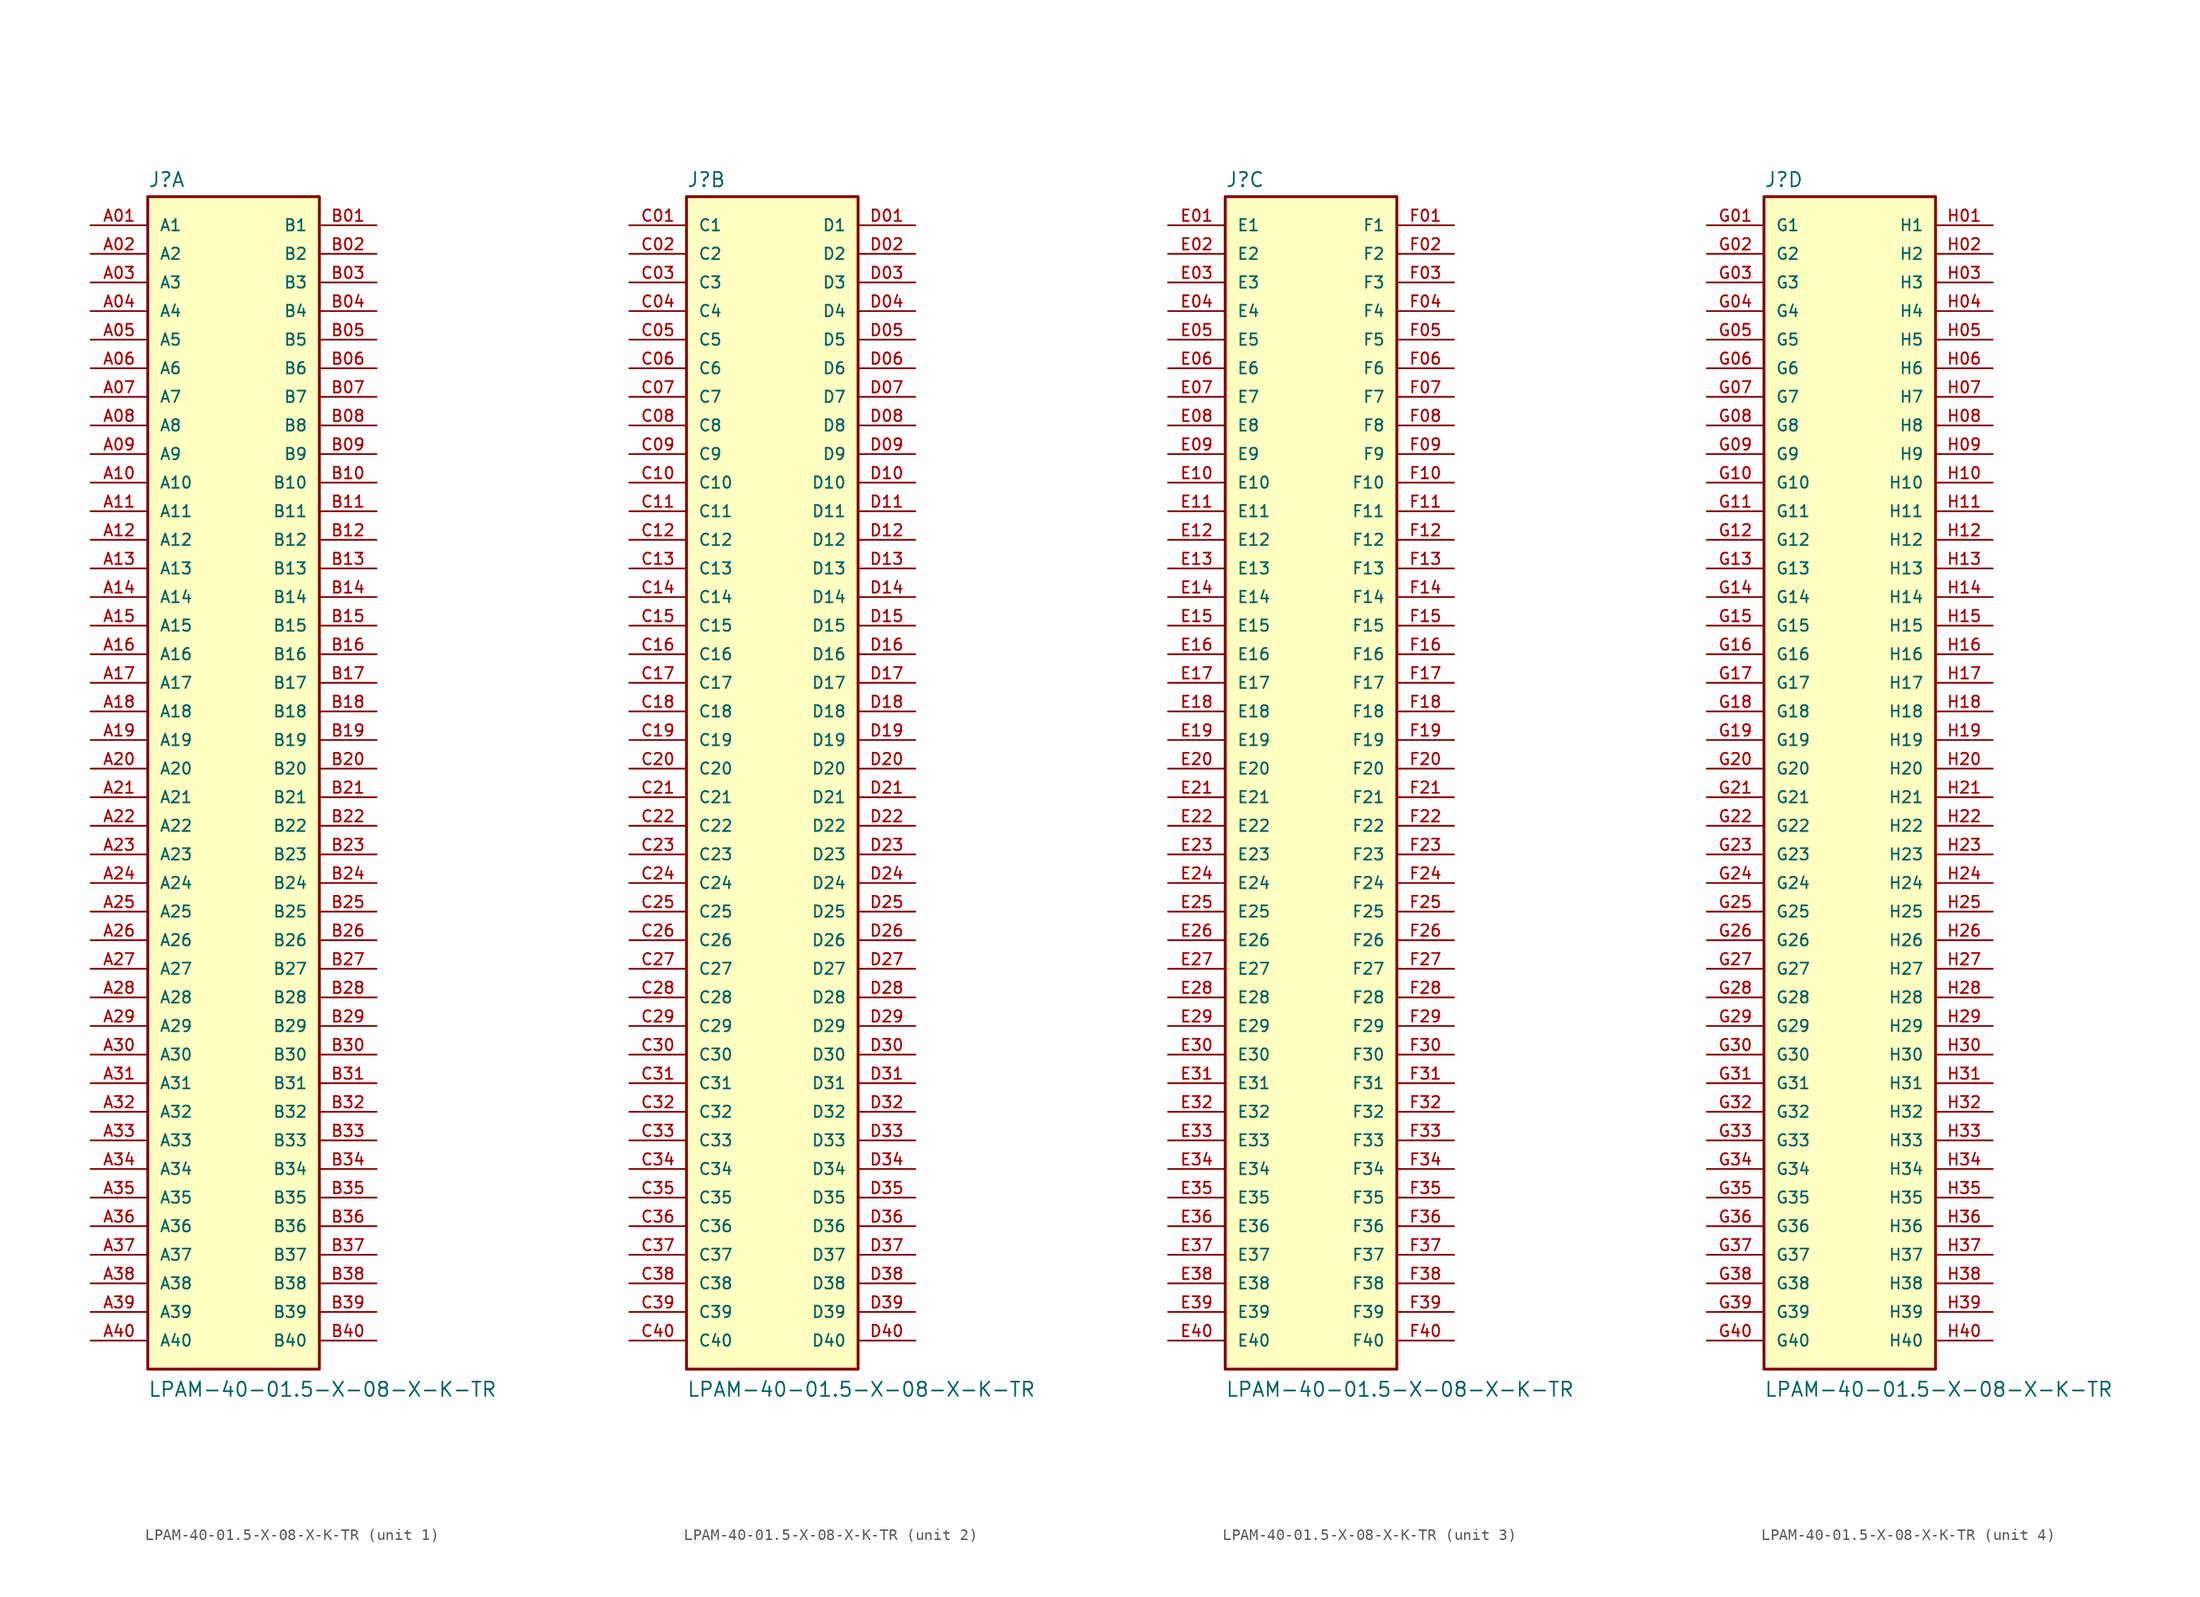
<source format=kicad_sym>
(kicad_symbol_lib
  (version 20211014)
  (generator kicad_symbol_editor)
  (symbol "LPAM-40-01.5-X-08-X-K-TR"
    (pin_names
      (offset 1.016))
    (property "Reference" "J"
      (at -7.62 51.562 0)
      (effects (font (size 1.27 1.27)) (justify left bottom)))
    (property "Value" "LPAM-40-01.5-X-08-X-K-TR"
      (at -7.62 -55.88 0)
      (effects (font (size 1.27 1.27)) (justify left bottom)))
    (property "ki_locked" ""
      (at 0 0 0)
      (effects (font (size 1.27 1.27))))
    (symbol "LPAM-40-01.5-X-08-X-K-TR_1_0"
      (rectangle (start -7.62 -53.34) (end 7.62 50.8) (stroke (width 0.254) (type default) (color 0 0 0 0)) (fill (type background)))
      (pin passive line (at -12.7 48.26 0) (length 5.08) (name "A1" (effects (font (size 1.016 1.016)))) (number "A01" (effects (font (size 1.016 1.016)))))
      (pin passive line (at -12.7 45.72 0) (length 5.08) (name "A2" (effects (font (size 1.016 1.016)))) (number "A02" (effects (font (size 1.016 1.016)))))
      (pin passive line (at -12.7 43.18 0) (length 5.08) (name "A3" (effects (font (size 1.016 1.016)))) (number "A03" (effects (font (size 1.016 1.016)))))
      (pin passive line (at -12.7 40.64 0) (length 5.08) (name "A4" (effects (font (size 1.016 1.016)))) (number "A04" (effects (font (size 1.016 1.016)))))
      (pin passive line (at -12.7 38.1 0) (length 5.08) (name "A5" (effects (font (size 1.016 1.016)))) (number "A05" (effects (font (size 1.016 1.016)))))
      (pin passive line (at -12.7 35.56 0) (length 5.08) (name "A6" (effects (font (size 1.016 1.016)))) (number "A06" (effects (font (size 1.016 1.016)))))
      (pin passive line (at -12.7 33.02 0) (length 5.08) (name "A7" (effects (font (size 1.016 1.016)))) (number "A07" (effects (font (size 1.016 1.016)))))
      (pin passive line (at -12.7 30.48 0) (length 5.08) (name "A8" (effects (font (size 1.016 1.016)))) (number "A08" (effects (font (size 1.016 1.016)))))
      (pin passive line (at -12.7 27.94 0) (length 5.08) (name "A9" (effects (font (size 1.016 1.016)))) (number "A09" (effects (font (size 1.016 1.016)))))
      (pin passive line (at -12.7 25.4 0) (length 5.08) (name "A10" (effects (font (size 1.016 1.016)))) (number "A10" (effects (font (size 1.016 1.016)))))
      (pin passive line (at -12.7 22.86 0) (length 5.08) (name "A11" (effects (font (size 1.016 1.016)))) (number "A11" (effects (font (size 1.016 1.016)))))
      (pin passive line (at -12.7 20.32 0) (length 5.08) (name "A12" (effects (font (size 1.016 1.016)))) (number "A12" (effects (font (size 1.016 1.016)))))
      (pin passive line (at -12.7 17.78 0) (length 5.08) (name "A13" (effects (font (size 1.016 1.016)))) (number "A13" (effects (font (size 1.016 1.016)))))
      (pin passive line (at -12.7 15.24 0) (length 5.08) (name "A14" (effects (font (size 1.016 1.016)))) (number "A14" (effects (font (size 1.016 1.016)))))
      (pin passive line (at -12.7 12.7 0) (length 5.08) (name "A15" (effects (font (size 1.016 1.016)))) (number "A15" (effects (font (size 1.016 1.016)))))
      (pin passive line (at -12.7 10.16 0) (length 5.08) (name "A16" (effects (font (size 1.016 1.016)))) (number "A16" (effects (font (size 1.016 1.016)))))
      (pin passive line (at -12.7 7.62 0) (length 5.08) (name "A17" (effects (font (size 1.016 1.016)))) (number "A17" (effects (font (size 1.016 1.016)))))
      (pin passive line (at -12.7 5.08 0) (length 5.08) (name "A18" (effects (font (size 1.016 1.016)))) (number "A18" (effects (font (size 1.016 1.016)))))
      (pin passive line (at -12.7 2.54 0) (length 5.08) (name "A19" (effects (font (size 1.016 1.016)))) (number "A19" (effects (font (size 1.016 1.016)))))
      (pin passive line (at -12.7 0 0) (length 5.08) (name "A20" (effects (font (size 1.016 1.016)))) (number "A20" (effects (font (size 1.016 1.016)))))
      (pin passive line (at -12.7 -2.54 0) (length 5.08) (name "A21" (effects (font (size 1.016 1.016)))) (number "A21" (effects (font (size 1.016 1.016)))))
      (pin passive line (at -12.7 -5.08 0) (length 5.08) (name "A22" (effects (font (size 1.016 1.016)))) (number "A22" (effects (font (size 1.016 1.016)))))
      (pin passive line (at -12.7 -7.62 0) (length 5.08) (name "A23" (effects (font (size 1.016 1.016)))) (number "A23" (effects (font (size 1.016 1.016)))))
      (pin passive line (at -12.7 -10.16 0) (length 5.08) (name "A24" (effects (font (size 1.016 1.016)))) (number "A24" (effects (font (size 1.016 1.016)))))
      (pin passive line (at -12.7 -12.7 0) (length 5.08) (name "A25" (effects (font (size 1.016 1.016)))) (number "A25" (effects (font (size 1.016 1.016)))))
      (pin passive line (at -12.7 -15.24 0) (length 5.08) (name "A26" (effects (font (size 1.016 1.016)))) (number "A26" (effects (font (size 1.016 1.016)))))
      (pin passive line (at -12.7 -17.78 0) (length 5.08) (name "A27" (effects (font (size 1.016 1.016)))) (number "A27" (effects (font (size 1.016 1.016)))))
      (pin passive line (at -12.7 -20.32 0) (length 5.08) (name "A28" (effects (font (size 1.016 1.016)))) (number "A28" (effects (font (size 1.016 1.016)))))
      (pin passive line (at -12.7 -22.86 0) (length 5.08) (name "A29" (effects (font (size 1.016 1.016)))) (number "A29" (effects (font (size 1.016 1.016)))))
      (pin passive line (at -12.7 -25.4 0) (length 5.08) (name "A30" (effects (font (size 1.016 1.016)))) (number "A30" (effects (font (size 1.016 1.016)))))
      (pin passive line (at -12.7 -27.94 0) (length 5.08) (name "A31" (effects (font (size 1.016 1.016)))) (number "A31" (effects (font (size 1.016 1.016)))))
      (pin passive line (at -12.7 -30.48 0) (length 5.08) (name "A32" (effects (font (size 1.016 1.016)))) (number "A32" (effects (font (size 1.016 1.016)))))
      (pin passive line (at -12.7 -33.02 0) (length 5.08) (name "A33" (effects (font (size 1.016 1.016)))) (number "A33" (effects (font (size 1.016 1.016)))))
      (pin passive line (at -12.7 -35.56 0) (length 5.08) (name "A34" (effects (font (size 1.016 1.016)))) (number "A34" (effects (font (size 1.016 1.016)))))
      (pin passive line (at -12.7 -38.1 0) (length 5.08) (name "A35" (effects (font (size 1.016 1.016)))) (number "A35" (effects (font (size 1.016 1.016)))))
      (pin passive line (at -12.7 -40.64 0) (length 5.08) (name "A36" (effects (font (size 1.016 1.016)))) (number "A36" (effects (font (size 1.016 1.016)))))
      (pin passive line (at -12.7 -43.18 0) (length 5.08) (name "A37" (effects (font (size 1.016 1.016)))) (number "A37" (effects (font (size 1.016 1.016)))))
      (pin passive line (at -12.7 -45.72 0) (length 5.08) (name "A38" (effects (font (size 1.016 1.016)))) (number "A38" (effects (font (size 1.016 1.016)))))
      (pin passive line (at -12.7 -48.26 0) (length 5.08) (name "A39" (effects (font (size 1.016 1.016)))) (number "A39" (effects (font (size 1.016 1.016)))))
      (pin passive line (at -12.7 -50.8 0) (length 5.08) (name "A40" (effects (font (size 1.016 1.016)))) (number "A40" (effects (font (size 1.016 1.016)))))
      (pin passive line (at 12.7 48.26 180) (length 5.08) (name "B1" (effects (font (size 1.016 1.016)))) (number "B01" (effects (font (size 1.016 1.016)))))
      (pin passive line (at 12.7 45.72 180) (length 5.08) (name "B2" (effects (font (size 1.016 1.016)))) (number "B02" (effects (font (size 1.016 1.016)))))
      (pin passive line (at 12.7 43.18 180) (length 5.08) (name "B3" (effects (font (size 1.016 1.016)))) (number "B03" (effects (font (size 1.016 1.016)))))
      (pin passive line (at 12.7 40.64 180) (length 5.08) (name "B4" (effects (font (size 1.016 1.016)))) (number "B04" (effects (font (size 1.016 1.016)))))
      (pin passive line (at 12.7 38.1 180) (length 5.08) (name "B5" (effects (font (size 1.016 1.016)))) (number "B05" (effects (font (size 1.016 1.016)))))
      (pin passive line (at 12.7 35.56 180) (length 5.08) (name "B6" (effects (font (size 1.016 1.016)))) (number "B06" (effects (font (size 1.016 1.016)))))
      (pin passive line (at 12.7 33.02 180) (length 5.08) (name "B7" (effects (font (size 1.016 1.016)))) (number "B07" (effects (font (size 1.016 1.016)))))
      (pin passive line (at 12.7 30.48 180) (length 5.08) (name "B8" (effects (font (size 1.016 1.016)))) (number "B08" (effects (font (size 1.016 1.016)))))
      (pin passive line (at 12.7 27.94 180) (length 5.08) (name "B9" (effects (font (size 1.016 1.016)))) (number "B09" (effects (font (size 1.016 1.016)))))
      (pin passive line (at 12.7 25.4 180) (length 5.08) (name "B10" (effects (font (size 1.016 1.016)))) (number "B10" (effects (font (size 1.016 1.016)))))
      (pin passive line (at 12.7 22.86 180) (length 5.08) (name "B11" (effects (font (size 1.016 1.016)))) (number "B11" (effects (font (size 1.016 1.016)))))
      (pin passive line (at 12.7 20.32 180) (length 5.08) (name "B12" (effects (font (size 1.016 1.016)))) (number "B12" (effects (font (size 1.016 1.016)))))
      (pin passive line (at 12.7 17.78 180) (length 5.08) (name "B13" (effects (font (size 1.016 1.016)))) (number "B13" (effects (font (size 1.016 1.016)))))
      (pin passive line (at 12.7 15.24 180) (length 5.08) (name "B14" (effects (font (size 1.016 1.016)))) (number "B14" (effects (font (size 1.016 1.016)))))
      (pin passive line (at 12.7 12.7 180) (length 5.08) (name "B15" (effects (font (size 1.016 1.016)))) (number "B15" (effects (font (size 1.016 1.016)))))
      (pin passive line (at 12.7 10.16 180) (length 5.08) (name "B16" (effects (font (size 1.016 1.016)))) (number "B16" (effects (font (size 1.016 1.016)))))
      (pin passive line (at 12.7 7.62 180) (length 5.08) (name "B17" (effects (font (size 1.016 1.016)))) (number "B17" (effects (font (size 1.016 1.016)))))
      (pin passive line (at 12.7 5.08 180) (length 5.08) (name "B18" (effects (font (size 1.016 1.016)))) (number "B18" (effects (font (size 1.016 1.016)))))
      (pin passive line (at 12.7 2.54 180) (length 5.08) (name "B19" (effects (font (size 1.016 1.016)))) (number "B19" (effects (font (size 1.016 1.016)))))
      (pin passive line (at 12.7 0 180) (length 5.08) (name "B20" (effects (font (size 1.016 1.016)))) (number "B20" (effects (font (size 1.016 1.016)))))
      (pin passive line (at 12.7 -2.54 180) (length 5.08) (name "B21" (effects (font (size 1.016 1.016)))) (number "B21" (effects (font (size 1.016 1.016)))))
      (pin passive line (at 12.7 -5.08 180) (length 5.08) (name "B22" (effects (font (size 1.016 1.016)))) (number "B22" (effects (font (size 1.016 1.016)))))
      (pin passive line (at 12.7 -7.62 180) (length 5.08) (name "B23" (effects (font (size 1.016 1.016)))) (number "B23" (effects (font (size 1.016 1.016)))))
      (pin passive line (at 12.7 -10.16 180) (length 5.08) (name "B24" (effects (font (size 1.016 1.016)))) (number "B24" (effects (font (size 1.016 1.016)))))
      (pin passive line (at 12.7 -12.7 180) (length 5.08) (name "B25" (effects (font (size 1.016 1.016)))) (number "B25" (effects (font (size 1.016 1.016)))))
      (pin passive line (at 12.7 -15.24 180) (length 5.08) (name "B26" (effects (font (size 1.016 1.016)))) (number "B26" (effects (font (size 1.016 1.016)))))
      (pin passive line (at 12.7 -17.78 180) (length 5.08) (name "B27" (effects (font (size 1.016 1.016)))) (number "B27" (effects (font (size 1.016 1.016)))))
      (pin passive line (at 12.7 -20.32 180) (length 5.08) (name "B28" (effects (font (size 1.016 1.016)))) (number "B28" (effects (font (size 1.016 1.016)))))
      (pin passive line (at 12.7 -22.86 180) (length 5.08) (name "B29" (effects (font (size 1.016 1.016)))) (number "B29" (effects (font (size 1.016 1.016)))))
      (pin passive line (at 12.7 -25.4 180) (length 5.08) (name "B30" (effects (font (size 1.016 1.016)))) (number "B30" (effects (font (size 1.016 1.016)))))
      (pin passive line (at 12.7 -27.94 180) (length 5.08) (name "B31" (effects (font (size 1.016 1.016)))) (number "B31" (effects (font (size 1.016 1.016)))))
      (pin passive line (at 12.7 -30.48 180) (length 5.08) (name "B32" (effects (font (size 1.016 1.016)))) (number "B32" (effects (font (size 1.016 1.016)))))
      (pin passive line (at 12.7 -33.02 180) (length 5.08) (name "B33" (effects (font (size 1.016 1.016)))) (number "B33" (effects (font (size 1.016 1.016)))))
      (pin passive line (at 12.7 -35.56 180) (length 5.08) (name "B34" (effects (font (size 1.016 1.016)))) (number "B34" (effects (font (size 1.016 1.016)))))
      (pin passive line (at 12.7 -38.1 180) (length 5.08) (name "B35" (effects (font (size 1.016 1.016)))) (number "B35" (effects (font (size 1.016 1.016)))))
      (pin passive line (at 12.7 -40.64 180) (length 5.08) (name "B36" (effects (font (size 1.016 1.016)))) (number "B36" (effects (font (size 1.016 1.016)))))
      (pin passive line (at 12.7 -43.18 180) (length 5.08) (name "B37" (effects (font (size 1.016 1.016)))) (number "B37" (effects (font (size 1.016 1.016)))))
      (pin passive line (at 12.7 -45.72 180) (length 5.08) (name "B38" (effects (font (size 1.016 1.016)))) (number "B38" (effects (font (size 1.016 1.016)))))
      (pin passive line (at 12.7 -48.26 180) (length 5.08) (name "B39" (effects (font (size 1.016 1.016)))) (number "B39" (effects (font (size 1.016 1.016)))))
      (pin passive line (at 12.7 -50.8 180) (length 5.08) (name "B40" (effects (font (size 1.016 1.016)))) (number "B40" (effects (font (size 1.016 1.016))))))
    (symbol "LPAM-40-01.5-X-08-X-K-TR_2_0"
      (rectangle (start -7.62 -53.34) (end 7.62 50.8) (stroke (width 0.254) (type default) (color 0 0 0 0)) (fill (type background)))
      (pin passive line (at -12.7 48.26 0) (length 5.08) (name "C1" (effects (font (size 1.016 1.016)))) (number "C01" (effects (font (size 1.016 1.016)))))
      (pin passive line (at -12.7 45.72 0) (length 5.08) (name "C2" (effects (font (size 1.016 1.016)))) (number "C02" (effects (font (size 1.016 1.016)))))
      (pin passive line (at -12.7 43.18 0) (length 5.08) (name "C3" (effects (font (size 1.016 1.016)))) (number "C03" (effects (font (size 1.016 1.016)))))
      (pin passive line (at -12.7 40.64 0) (length 5.08) (name "C4" (effects (font (size 1.016 1.016)))) (number "C04" (effects (font (size 1.016 1.016)))))
      (pin passive line (at -12.7 38.1 0) (length 5.08) (name "C5" (effects (font (size 1.016 1.016)))) (number "C05" (effects (font (size 1.016 1.016)))))
      (pin passive line (at -12.7 35.56 0) (length 5.08) (name "C6" (effects (font (size 1.016 1.016)))) (number "C06" (effects (font (size 1.016 1.016)))))
      (pin passive line (at -12.7 33.02 0) (length 5.08) (name "C7" (effects (font (size 1.016 1.016)))) (number "C07" (effects (font (size 1.016 1.016)))))
      (pin passive line (at -12.7 30.48 0) (length 5.08) (name "C8" (effects (font (size 1.016 1.016)))) (number "C08" (effects (font (size 1.016 1.016)))))
      (pin passive line (at -12.7 27.94 0) (length 5.08) (name "C9" (effects (font (size 1.016 1.016)))) (number "C09" (effects (font (size 1.016 1.016)))))
      (pin passive line (at -12.7 25.4 0) (length 5.08) (name "C10" (effects (font (size 1.016 1.016)))) (number "C10" (effects (font (size 1.016 1.016)))))
      (pin passive line (at -12.7 22.86 0) (length 5.08) (name "C11" (effects (font (size 1.016 1.016)))) (number "C11" (effects (font (size 1.016 1.016)))))
      (pin passive line (at -12.7 20.32 0) (length 5.08) (name "C12" (effects (font (size 1.016 1.016)))) (number "C12" (effects (font (size 1.016 1.016)))))
      (pin passive line (at -12.7 17.78 0) (length 5.08) (name "C13" (effects (font (size 1.016 1.016)))) (number "C13" (effects (font (size 1.016 1.016)))))
      (pin passive line (at -12.7 15.24 0) (length 5.08) (name "C14" (effects (font (size 1.016 1.016)))) (number "C14" (effects (font (size 1.016 1.016)))))
      (pin passive line (at -12.7 12.7 0) (length 5.08) (name "C15" (effects (font (size 1.016 1.016)))) (number "C15" (effects (font (size 1.016 1.016)))))
      (pin passive line (at -12.7 10.16 0) (length 5.08) (name "C16" (effects (font (size 1.016 1.016)))) (number "C16" (effects (font (size 1.016 1.016)))))
      (pin passive line (at -12.7 7.62 0) (length 5.08) (name "C17" (effects (font (size 1.016 1.016)))) (number "C17" (effects (font (size 1.016 1.016)))))
      (pin passive line (at -12.7 5.08 0) (length 5.08) (name "C18" (effects (font (size 1.016 1.016)))) (number "C18" (effects (font (size 1.016 1.016)))))
      (pin passive line (at -12.7 2.54 0) (length 5.08) (name "C19" (effects (font (size 1.016 1.016)))) (number "C19" (effects (font (size 1.016 1.016)))))
      (pin passive line (at -12.7 0 0) (length 5.08) (name "C20" (effects (font (size 1.016 1.016)))) (number "C20" (effects (font (size 1.016 1.016)))))
      (pin passive line (at -12.7 -2.54 0) (length 5.08) (name "C21" (effects (font (size 1.016 1.016)))) (number "C21" (effects (font (size 1.016 1.016)))))
      (pin passive line (at -12.7 -5.08 0) (length 5.08) (name "C22" (effects (font (size 1.016 1.016)))) (number "C22" (effects (font (size 1.016 1.016)))))
      (pin passive line (at -12.7 -7.62 0) (length 5.08) (name "C23" (effects (font (size 1.016 1.016)))) (number "C23" (effects (font (size 1.016 1.016)))))
      (pin passive line (at -12.7 -10.16 0) (length 5.08) (name "C24" (effects (font (size 1.016 1.016)))) (number "C24" (effects (font (size 1.016 1.016)))))
      (pin passive line (at -12.7 -12.7 0) (length 5.08) (name "C25" (effects (font (size 1.016 1.016)))) (number "C25" (effects (font (size 1.016 1.016)))))
      (pin passive line (at -12.7 -15.24 0) (length 5.08) (name "C26" (effects (font (size 1.016 1.016)))) (number "C26" (effects (font (size 1.016 1.016)))))
      (pin passive line (at -12.7 -17.78 0) (length 5.08) (name "C27" (effects (font (size 1.016 1.016)))) (number "C27" (effects (font (size 1.016 1.016)))))
      (pin passive line (at -12.7 -20.32 0) (length 5.08) (name "C28" (effects (font (size 1.016 1.016)))) (number "C28" (effects (font (size 1.016 1.016)))))
      (pin passive line (at -12.7 -22.86 0) (length 5.08) (name "C29" (effects (font (size 1.016 1.016)))) (number "C29" (effects (font (size 1.016 1.016)))))
      (pin passive line (at -12.7 -25.4 0) (length 5.08) (name "C30" (effects (font (size 1.016 1.016)))) (number "C30" (effects (font (size 1.016 1.016)))))
      (pin passive line (at -12.7 -27.94 0) (length 5.08) (name "C31" (effects (font (size 1.016 1.016)))) (number "C31" (effects (font (size 1.016 1.016)))))
      (pin passive line (at -12.7 -30.48 0) (length 5.08) (name "C32" (effects (font (size 1.016 1.016)))) (number "C32" (effects (font (size 1.016 1.016)))))
      (pin passive line (at -12.7 -33.02 0) (length 5.08) (name "C33" (effects (font (size 1.016 1.016)))) (number "C33" (effects (font (size 1.016 1.016)))))
      (pin passive line (at -12.7 -35.56 0) (length 5.08) (name "C34" (effects (font (size 1.016 1.016)))) (number "C34" (effects (font (size 1.016 1.016)))))
      (pin passive line (at -12.7 -38.1 0) (length 5.08) (name "C35" (effects (font (size 1.016 1.016)))) (number "C35" (effects (font (size 1.016 1.016)))))
      (pin passive line (at -12.7 -40.64 0) (length 5.08) (name "C36" (effects (font (size 1.016 1.016)))) (number "C36" (effects (font (size 1.016 1.016)))))
      (pin passive line (at -12.7 -43.18 0) (length 5.08) (name "C37" (effects (font (size 1.016 1.016)))) (number "C37" (effects (font (size 1.016 1.016)))))
      (pin passive line (at -12.7 -45.72 0) (length 5.08) (name "C38" (effects (font (size 1.016 1.016)))) (number "C38" (effects (font (size 1.016 1.016)))))
      (pin passive line (at -12.7 -48.26 0) (length 5.08) (name "C39" (effects (font (size 1.016 1.016)))) (number "C39" (effects (font (size 1.016 1.016)))))
      (pin passive line (at -12.7 -50.8 0) (length 5.08) (name "C40" (effects (font (size 1.016 1.016)))) (number "C40" (effects (font (size 1.016 1.016)))))
      (pin passive line (at 12.7 48.26 180) (length 5.08) (name "D1" (effects (font (size 1.016 1.016)))) (number "D01" (effects (font (size 1.016 1.016)))))
      (pin passive line (at 12.7 45.72 180) (length 5.08) (name "D2" (effects (font (size 1.016 1.016)))) (number "D02" (effects (font (size 1.016 1.016)))))
      (pin passive line (at 12.7 43.18 180) (length 5.08) (name "D3" (effects (font (size 1.016 1.016)))) (number "D03" (effects (font (size 1.016 1.016)))))
      (pin passive line (at 12.7 40.64 180) (length 5.08) (name "D4" (effects (font (size 1.016 1.016)))) (number "D04" (effects (font (size 1.016 1.016)))))
      (pin passive line (at 12.7 38.1 180) (length 5.08) (name "D5" (effects (font (size 1.016 1.016)))) (number "D05" (effects (font (size 1.016 1.016)))))
      (pin passive line (at 12.7 35.56 180) (length 5.08) (name "D6" (effects (font (size 1.016 1.016)))) (number "D06" (effects (font (size 1.016 1.016)))))
      (pin passive line (at 12.7 33.02 180) (length 5.08) (name "D7" (effects (font (size 1.016 1.016)))) (number "D07" (effects (font (size 1.016 1.016)))))
      (pin passive line (at 12.7 30.48 180) (length 5.08) (name "D8" (effects (font (size 1.016 1.016)))) (number "D08" (effects (font (size 1.016 1.016)))))
      (pin passive line (at 12.7 27.94 180) (length 5.08) (name "D9" (effects (font (size 1.016 1.016)))) (number "D09" (effects (font (size 1.016 1.016)))))
      (pin passive line (at 12.7 25.4 180) (length 5.08) (name "D10" (effects (font (size 1.016 1.016)))) (number "D10" (effects (font (size 1.016 1.016)))))
      (pin passive line (at 12.7 22.86 180) (length 5.08) (name "D11" (effects (font (size 1.016 1.016)))) (number "D11" (effects (font (size 1.016 1.016)))))
      (pin passive line (at 12.7 20.32 180) (length 5.08) (name "D12" (effects (font (size 1.016 1.016)))) (number "D12" (effects (font (size 1.016 1.016)))))
      (pin passive line (at 12.7 17.78 180) (length 5.08) (name "D13" (effects (font (size 1.016 1.016)))) (number "D13" (effects (font (size 1.016 1.016)))))
      (pin passive line (at 12.7 15.24 180) (length 5.08) (name "D14" (effects (font (size 1.016 1.016)))) (number "D14" (effects (font (size 1.016 1.016)))))
      (pin passive line (at 12.7 12.7 180) (length 5.08) (name "D15" (effects (font (size 1.016 1.016)))) (number "D15" (effects (font (size 1.016 1.016)))))
      (pin passive line (at 12.7 10.16 180) (length 5.08) (name "D16" (effects (font (size 1.016 1.016)))) (number "D16" (effects (font (size 1.016 1.016)))))
      (pin passive line (at 12.7 7.62 180) (length 5.08) (name "D17" (effects (font (size 1.016 1.016)))) (number "D17" (effects (font (size 1.016 1.016)))))
      (pin passive line (at 12.7 5.08 180) (length 5.08) (name "D18" (effects (font (size 1.016 1.016)))) (number "D18" (effects (font (size 1.016 1.016)))))
      (pin passive line (at 12.7 2.54 180) (length 5.08) (name "D19" (effects (font (size 1.016 1.016)))) (number "D19" (effects (font (size 1.016 1.016)))))
      (pin passive line (at 12.7 0 180) (length 5.08) (name "D20" (effects (font (size 1.016 1.016)))) (number "D20" (effects (font (size 1.016 1.016)))))
      (pin passive line (at 12.7 -2.54 180) (length 5.08) (name "D21" (effects (font (size 1.016 1.016)))) (number "D21" (effects (font (size 1.016 1.016)))))
      (pin passive line (at 12.7 -5.08 180) (length 5.08) (name "D22" (effects (font (size 1.016 1.016)))) (number "D22" (effects (font (size 1.016 1.016)))))
      (pin passive line (at 12.7 -7.62 180) (length 5.08) (name "D23" (effects (font (size 1.016 1.016)))) (number "D23" (effects (font (size 1.016 1.016)))))
      (pin passive line (at 12.7 -10.16 180) (length 5.08) (name "D24" (effects (font (size 1.016 1.016)))) (number "D24" (effects (font (size 1.016 1.016)))))
      (pin passive line (at 12.7 -12.7 180) (length 5.08) (name "D25" (effects (font (size 1.016 1.016)))) (number "D25" (effects (font (size 1.016 1.016)))))
      (pin passive line (at 12.7 -15.24 180) (length 5.08) (name "D26" (effects (font (size 1.016 1.016)))) (number "D26" (effects (font (size 1.016 1.016)))))
      (pin passive line (at 12.7 -17.78 180) (length 5.08) (name "D27" (effects (font (size 1.016 1.016)))) (number "D27" (effects (font (size 1.016 1.016)))))
      (pin passive line (at 12.7 -20.32 180) (length 5.08) (name "D28" (effects (font (size 1.016 1.016)))) (number "D28" (effects (font (size 1.016 1.016)))))
      (pin passive line (at 12.7 -22.86 180) (length 5.08) (name "D29" (effects (font (size 1.016 1.016)))) (number "D29" (effects (font (size 1.016 1.016)))))
      (pin passive line (at 12.7 -25.4 180) (length 5.08) (name "D30" (effects (font (size 1.016 1.016)))) (number "D30" (effects (font (size 1.016 1.016)))))
      (pin passive line (at 12.7 -27.94 180) (length 5.08) (name "D31" (effects (font (size 1.016 1.016)))) (number "D31" (effects (font (size 1.016 1.016)))))
      (pin passive line (at 12.7 -30.48 180) (length 5.08) (name "D32" (effects (font (size 1.016 1.016)))) (number "D32" (effects (font (size 1.016 1.016)))))
      (pin passive line (at 12.7 -33.02 180) (length 5.08) (name "D33" (effects (font (size 1.016 1.016)))) (number "D33" (effects (font (size 1.016 1.016)))))
      (pin passive line (at 12.7 -35.56 180) (length 5.08) (name "D34" (effects (font (size 1.016 1.016)))) (number "D34" (effects (font (size 1.016 1.016)))))
      (pin passive line (at 12.7 -38.1 180) (length 5.08) (name "D35" (effects (font (size 1.016 1.016)))) (number "D35" (effects (font (size 1.016 1.016)))))
      (pin passive line (at 12.7 -40.64 180) (length 5.08) (name "D36" (effects (font (size 1.016 1.016)))) (number "D36" (effects (font (size 1.016 1.016)))))
      (pin passive line (at 12.7 -43.18 180) (length 5.08) (name "D37" (effects (font (size 1.016 1.016)))) (number "D37" (effects (font (size 1.016 1.016)))))
      (pin passive line (at 12.7 -45.72 180) (length 5.08) (name "D38" (effects (font (size 1.016 1.016)))) (number "D38" (effects (font (size 1.016 1.016)))))
      (pin passive line (at 12.7 -48.26 180) (length 5.08) (name "D39" (effects (font (size 1.016 1.016)))) (number "D39" (effects (font (size 1.016 1.016)))))
      (pin passive line (at 12.7 -50.8 180) (length 5.08) (name "D40" (effects (font (size 1.016 1.016)))) (number "D40" (effects (font (size 1.016 1.016))))))
    (symbol "LPAM-40-01.5-X-08-X-K-TR_3_0"
      (rectangle (start -7.62 -53.34) (end 7.62 50.8) (stroke (width 0.254) (type default) (color 0 0 0 0)) (fill (type background)))
      (pin passive line (at -12.7 48.26 0) (length 5.08) (name "E1" (effects (font (size 1.016 1.016)))) (number "E01" (effects (font (size 1.016 1.016)))))
      (pin passive line (at -12.7 45.72 0) (length 5.08) (name "E2" (effects (font (size 1.016 1.016)))) (number "E02" (effects (font (size 1.016 1.016)))))
      (pin passive line (at -12.7 43.18 0) (length 5.08) (name "E3" (effects (font (size 1.016 1.016)))) (number "E03" (effects (font (size 1.016 1.016)))))
      (pin passive line (at -12.7 40.64 0) (length 5.08) (name "E4" (effects (font (size 1.016 1.016)))) (number "E04" (effects (font (size 1.016 1.016)))))
      (pin passive line (at -12.7 38.1 0) (length 5.08) (name "E5" (effects (font (size 1.016 1.016)))) (number "E05" (effects (font (size 1.016 1.016)))))
      (pin passive line (at -12.7 35.56 0) (length 5.08) (name "E6" (effects (font (size 1.016 1.016)))) (number "E06" (effects (font (size 1.016 1.016)))))
      (pin passive line (at -12.7 33.02 0) (length 5.08) (name "E7" (effects (font (size 1.016 1.016)))) (number "E07" (effects (font (size 1.016 1.016)))))
      (pin passive line (at -12.7 30.48 0) (length 5.08) (name "E8" (effects (font (size 1.016 1.016)))) (number "E08" (effects (font (size 1.016 1.016)))))
      (pin passive line (at -12.7 27.94 0) (length 5.08) (name "E9" (effects (font (size 1.016 1.016)))) (number "E09" (effects (font (size 1.016 1.016)))))
      (pin passive line (at -12.7 25.4 0) (length 5.08) (name "E10" (effects (font (size 1.016 1.016)))) (number "E10" (effects (font (size 1.016 1.016)))))
      (pin passive line (at -12.7 22.86 0) (length 5.08) (name "E11" (effects (font (size 1.016 1.016)))) (number "E11" (effects (font (size 1.016 1.016)))))
      (pin passive line (at -12.7 20.32 0) (length 5.08) (name "E12" (effects (font (size 1.016 1.016)))) (number "E12" (effects (font (size 1.016 1.016)))))
      (pin passive line (at -12.7 17.78 0) (length 5.08) (name "E13" (effects (font (size 1.016 1.016)))) (number "E13" (effects (font (size 1.016 1.016)))))
      (pin passive line (at -12.7 15.24 0) (length 5.08) (name "E14" (effects (font (size 1.016 1.016)))) (number "E14" (effects (font (size 1.016 1.016)))))
      (pin passive line (at -12.7 12.7 0) (length 5.08) (name "E15" (effects (font (size 1.016 1.016)))) (number "E15" (effects (font (size 1.016 1.016)))))
      (pin passive line (at -12.7 10.16 0) (length 5.08) (name "E16" (effects (font (size 1.016 1.016)))) (number "E16" (effects (font (size 1.016 1.016)))))
      (pin passive line (at -12.7 7.62 0) (length 5.08) (name "E17" (effects (font (size 1.016 1.016)))) (number "E17" (effects (font (size 1.016 1.016)))))
      (pin passive line (at -12.7 5.08 0) (length 5.08) (name "E18" (effects (font (size 1.016 1.016)))) (number "E18" (effects (font (size 1.016 1.016)))))
      (pin passive line (at -12.7 2.54 0) (length 5.08) (name "E19" (effects (font (size 1.016 1.016)))) (number "E19" (effects (font (size 1.016 1.016)))))
      (pin passive line (at -12.7 0 0) (length 5.08) (name "E20" (effects (font (size 1.016 1.016)))) (number "E20" (effects (font (size 1.016 1.016)))))
      (pin passive line (at -12.7 -2.54 0) (length 5.08) (name "E21" (effects (font (size 1.016 1.016)))) (number "E21" (effects (font (size 1.016 1.016)))))
      (pin passive line (at -12.7 -5.08 0) (length 5.08) (name "E22" (effects (font (size 1.016 1.016)))) (number "E22" (effects (font (size 1.016 1.016)))))
      (pin passive line (at -12.7 -7.62 0) (length 5.08) (name "E23" (effects (font (size 1.016 1.016)))) (number "E23" (effects (font (size 1.016 1.016)))))
      (pin passive line (at -12.7 -10.16 0) (length 5.08) (name "E24" (effects (font (size 1.016 1.016)))) (number "E24" (effects (font (size 1.016 1.016)))))
      (pin passive line (at -12.7 -12.7 0) (length 5.08) (name "E25" (effects (font (size 1.016 1.016)))) (number "E25" (effects (font (size 1.016 1.016)))))
      (pin passive line (at -12.7 -15.24 0) (length 5.08) (name "E26" (effects (font (size 1.016 1.016)))) (number "E26" (effects (font (size 1.016 1.016)))))
      (pin passive line (at -12.7 -17.78 0) (length 5.08) (name "E27" (effects (font (size 1.016 1.016)))) (number "E27" (effects (font (size 1.016 1.016)))))
      (pin passive line (at -12.7 -20.32 0) (length 5.08) (name "E28" (effects (font (size 1.016 1.016)))) (number "E28" (effects (font (size 1.016 1.016)))))
      (pin passive line (at -12.7 -22.86 0) (length 5.08) (name "E29" (effects (font (size 1.016 1.016)))) (number "E29" (effects (font (size 1.016 1.016)))))
      (pin passive line (at -12.7 -25.4 0) (length 5.08) (name "E30" (effects (font (size 1.016 1.016)))) (number "E30" (effects (font (size 1.016 1.016)))))
      (pin passive line (at -12.7 -27.94 0) (length 5.08) (name "E31" (effects (font (size 1.016 1.016)))) (number "E31" (effects (font (size 1.016 1.016)))))
      (pin passive line (at -12.7 -30.48 0) (length 5.08) (name "E32" (effects (font (size 1.016 1.016)))) (number "E32" (effects (font (size 1.016 1.016)))))
      (pin passive line (at -12.7 -33.02 0) (length 5.08) (name "E33" (effects (font (size 1.016 1.016)))) (number "E33" (effects (font (size 1.016 1.016)))))
      (pin passive line (at -12.7 -35.56 0) (length 5.08) (name "E34" (effects (font (size 1.016 1.016)))) (number "E34" (effects (font (size 1.016 1.016)))))
      (pin passive line (at -12.7 -38.1 0) (length 5.08) (name "E35" (effects (font (size 1.016 1.016)))) (number "E35" (effects (font (size 1.016 1.016)))))
      (pin passive line (at -12.7 -40.64 0) (length 5.08) (name "E36" (effects (font (size 1.016 1.016)))) (number "E36" (effects (font (size 1.016 1.016)))))
      (pin passive line (at -12.7 -43.18 0) (length 5.08) (name "E37" (effects (font (size 1.016 1.016)))) (number "E37" (effects (font (size 1.016 1.016)))))
      (pin passive line (at -12.7 -45.72 0) (length 5.08) (name "E38" (effects (font (size 1.016 1.016)))) (number "E38" (effects (font (size 1.016 1.016)))))
      (pin passive line (at -12.7 -48.26 0) (length 5.08) (name "E39" (effects (font (size 1.016 1.016)))) (number "E39" (effects (font (size 1.016 1.016)))))
      (pin passive line (at -12.7 -50.8 0) (length 5.08) (name "E40" (effects (font (size 1.016 1.016)))) (number "E40" (effects (font (size 1.016 1.016)))))
      (pin passive line (at 12.7 48.26 180) (length 5.08) (name "F1" (effects (font (size 1.016 1.016)))) (number "F01" (effects (font (size 1.016 1.016)))))
      (pin passive line (at 12.7 45.72 180) (length 5.08) (name "F2" (effects (font (size 1.016 1.016)))) (number "F02" (effects (font (size 1.016 1.016)))))
      (pin passive line (at 12.7 43.18 180) (length 5.08) (name "F3" (effects (font (size 1.016 1.016)))) (number "F03" (effects (font (size 1.016 1.016)))))
      (pin passive line (at 12.7 40.64 180) (length 5.08) (name "F4" (effects (font (size 1.016 1.016)))) (number "F04" (effects (font (size 1.016 1.016)))))
      (pin passive line (at 12.7 38.1 180) (length 5.08) (name "F5" (effects (font (size 1.016 1.016)))) (number "F05" (effects (font (size 1.016 1.016)))))
      (pin passive line (at 12.7 35.56 180) (length 5.08) (name "F6" (effects (font (size 1.016 1.016)))) (number "F06" (effects (font (size 1.016 1.016)))))
      (pin passive line (at 12.7 33.02 180) (length 5.08) (name "F7" (effects (font (size 1.016 1.016)))) (number "F07" (effects (font (size 1.016 1.016)))))
      (pin passive line (at 12.7 30.48 180) (length 5.08) (name "F8" (effects (font (size 1.016 1.016)))) (number "F08" (effects (font (size 1.016 1.016)))))
      (pin passive line (at 12.7 27.94 180) (length 5.08) (name "F9" (effects (font (size 1.016 1.016)))) (number "F09" (effects (font (size 1.016 1.016)))))
      (pin passive line (at 12.7 25.4 180) (length 5.08) (name "F10" (effects (font (size 1.016 1.016)))) (number "F10" (effects (font (size 1.016 1.016)))))
      (pin passive line (at 12.7 22.86 180) (length 5.08) (name "F11" (effects (font (size 1.016 1.016)))) (number "F11" (effects (font (size 1.016 1.016)))))
      (pin passive line (at 12.7 20.32 180) (length 5.08) (name "F12" (effects (font (size 1.016 1.016)))) (number "F12" (effects (font (size 1.016 1.016)))))
      (pin passive line (at 12.7 17.78 180) (length 5.08) (name "F13" (effects (font (size 1.016 1.016)))) (number "F13" (effects (font (size 1.016 1.016)))))
      (pin passive line (at 12.7 15.24 180) (length 5.08) (name "F14" (effects (font (size 1.016 1.016)))) (number "F14" (effects (font (size 1.016 1.016)))))
      (pin passive line (at 12.7 12.7 180) (length 5.08) (name "F15" (effects (font (size 1.016 1.016)))) (number "F15" (effects (font (size 1.016 1.016)))))
      (pin passive line (at 12.7 10.16 180) (length 5.08) (name "F16" (effects (font (size 1.016 1.016)))) (number "F16" (effects (font (size 1.016 1.016)))))
      (pin passive line (at 12.7 7.62 180) (length 5.08) (name "F17" (effects (font (size 1.016 1.016)))) (number "F17" (effects (font (size 1.016 1.016)))))
      (pin passive line (at 12.7 5.08 180) (length 5.08) (name "F18" (effects (font (size 1.016 1.016)))) (number "F18" (effects (font (size 1.016 1.016)))))
      (pin passive line (at 12.7 2.54 180) (length 5.08) (name "F19" (effects (font (size 1.016 1.016)))) (number "F19" (effects (font (size 1.016 1.016)))))
      (pin passive line (at 12.7 0 180) (length 5.08) (name "F20" (effects (font (size 1.016 1.016)))) (number "F20" (effects (font (size 1.016 1.016)))))
      (pin passive line (at 12.7 -2.54 180) (length 5.08) (name "F21" (effects (font (size 1.016 1.016)))) (number "F21" (effects (font (size 1.016 1.016)))))
      (pin passive line (at 12.7 -5.08 180) (length 5.08) (name "F22" (effects (font (size 1.016 1.016)))) (number "F22" (effects (font (size 1.016 1.016)))))
      (pin passive line (at 12.7 -7.62 180) (length 5.08) (name "F23" (effects (font (size 1.016 1.016)))) (number "F23" (effects (font (size 1.016 1.016)))))
      (pin passive line (at 12.7 -10.16 180) (length 5.08) (name "F24" (effects (font (size 1.016 1.016)))) (number "F24" (effects (font (size 1.016 1.016)))))
      (pin passive line (at 12.7 -12.7 180) (length 5.08) (name "F25" (effects (font (size 1.016 1.016)))) (number "F25" (effects (font (size 1.016 1.016)))))
      (pin passive line (at 12.7 -15.24 180) (length 5.08) (name "F26" (effects (font (size 1.016 1.016)))) (number "F26" (effects (font (size 1.016 1.016)))))
      (pin passive line (at 12.7 -17.78 180) (length 5.08) (name "F27" (effects (font (size 1.016 1.016)))) (number "F27" (effects (font (size 1.016 1.016)))))
      (pin passive line (at 12.7 -20.32 180) (length 5.08) (name "F28" (effects (font (size 1.016 1.016)))) (number "F28" (effects (font (size 1.016 1.016)))))
      (pin passive line (at 12.7 -22.86 180) (length 5.08) (name "F29" (effects (font (size 1.016 1.016)))) (number "F29" (effects (font (size 1.016 1.016)))))
      (pin passive line (at 12.7 -25.4 180) (length 5.08) (name "F30" (effects (font (size 1.016 1.016)))) (number "F30" (effects (font (size 1.016 1.016)))))
      (pin passive line (at 12.7 -27.94 180) (length 5.08) (name "F31" (effects (font (size 1.016 1.016)))) (number "F31" (effects (font (size 1.016 1.016)))))
      (pin passive line (at 12.7 -30.48 180) (length 5.08) (name "F32" (effects (font (size 1.016 1.016)))) (number "F32" (effects (font (size 1.016 1.016)))))
      (pin passive line (at 12.7 -33.02 180) (length 5.08) (name "F33" (effects (font (size 1.016 1.016)))) (number "F33" (effects (font (size 1.016 1.016)))))
      (pin passive line (at 12.7 -35.56 180) (length 5.08) (name "F34" (effects (font (size 1.016 1.016)))) (number "F34" (effects (font (size 1.016 1.016)))))
      (pin passive line (at 12.7 -38.1 180) (length 5.08) (name "F35" (effects (font (size 1.016 1.016)))) (number "F35" (effects (font (size 1.016 1.016)))))
      (pin passive line (at 12.7 -40.64 180) (length 5.08) (name "F36" (effects (font (size 1.016 1.016)))) (number "F36" (effects (font (size 1.016 1.016)))))
      (pin passive line (at 12.7 -43.18 180) (length 5.08) (name "F37" (effects (font (size 1.016 1.016)))) (number "F37" (effects (font (size 1.016 1.016)))))
      (pin passive line (at 12.7 -45.72 180) (length 5.08) (name "F38" (effects (font (size 1.016 1.016)))) (number "F38" (effects (font (size 1.016 1.016)))))
      (pin passive line (at 12.7 -48.26 180) (length 5.08) (name "F39" (effects (font (size 1.016 1.016)))) (number "F39" (effects (font (size 1.016 1.016)))))
      (pin passive line (at 12.7 -50.8 180) (length 5.08) (name "F40" (effects (font (size 1.016 1.016)))) (number "F40" (effects (font (size 1.016 1.016))))))
    (symbol "LPAM-40-01.5-X-08-X-K-TR_4_0"
      (rectangle (start -7.62 -53.34) (end 7.62 50.8) (stroke (width 0.254) (type default) (color 0 0 0 0)) (fill (type background)))
      (pin passive line (at -12.7 48.26 0) (length 5.08) (name "G1" (effects (font (size 1.016 1.016)))) (number "G01" (effects (font (size 1.016 1.016)))))
      (pin passive line (at -12.7 45.72 0) (length 5.08) (name "G2" (effects (font (size 1.016 1.016)))) (number "G02" (effects (font (size 1.016 1.016)))))
      (pin passive line (at -12.7 43.18 0) (length 5.08) (name "G3" (effects (font (size 1.016 1.016)))) (number "G03" (effects (font (size 1.016 1.016)))))
      (pin passive line (at -12.7 40.64 0) (length 5.08) (name "G4" (effects (font (size 1.016 1.016)))) (number "G04" (effects (font (size 1.016 1.016)))))
      (pin passive line (at -12.7 38.1 0) (length 5.08) (name "G5" (effects (font (size 1.016 1.016)))) (number "G05" (effects (font (size 1.016 1.016)))))
      (pin passive line (at -12.7 35.56 0) (length 5.08) (name "G6" (effects (font (size 1.016 1.016)))) (number "G06" (effects (font (size 1.016 1.016)))))
      (pin passive line (at -12.7 33.02 0) (length 5.08) (name "G7" (effects (font (size 1.016 1.016)))) (number "G07" (effects (font (size 1.016 1.016)))))
      (pin passive line (at -12.7 30.48 0) (length 5.08) (name "G8" (effects (font (size 1.016 1.016)))) (number "G08" (effects (font (size 1.016 1.016)))))
      (pin passive line (at -12.7 27.94 0) (length 5.08) (name "G9" (effects (font (size 1.016 1.016)))) (number "G09" (effects (font (size 1.016 1.016)))))
      (pin passive line (at -12.7 25.4 0) (length 5.08) (name "G10" (effects (font (size 1.016 1.016)))) (number "G10" (effects (font (size 1.016 1.016)))))
      (pin passive line (at -12.7 22.86 0) (length 5.08) (name "G11" (effects (font (size 1.016 1.016)))) (number "G11" (effects (font (size 1.016 1.016)))))
      (pin passive line (at -12.7 20.32 0) (length 5.08) (name "G12" (effects (font (size 1.016 1.016)))) (number "G12" (effects (font (size 1.016 1.016)))))
      (pin passive line (at -12.7 17.78 0) (length 5.08) (name "G13" (effects (font (size 1.016 1.016)))) (number "G13" (effects (font (size 1.016 1.016)))))
      (pin passive line (at -12.7 15.24 0) (length 5.08) (name "G14" (effects (font (size 1.016 1.016)))) (number "G14" (effects (font (size 1.016 1.016)))))
      (pin passive line (at -12.7 12.7 0) (length 5.08) (name "G15" (effects (font (size 1.016 1.016)))) (number "G15" (effects (font (size 1.016 1.016)))))
      (pin passive line (at -12.7 10.16 0) (length 5.08) (name "G16" (effects (font (size 1.016 1.016)))) (number "G16" (effects (font (size 1.016 1.016)))))
      (pin passive line (at -12.7 7.62 0) (length 5.08) (name "G17" (effects (font (size 1.016 1.016)))) (number "G17" (effects (font (size 1.016 1.016)))))
      (pin passive line (at -12.7 5.08 0) (length 5.08) (name "G18" (effects (font (size 1.016 1.016)))) (number "G18" (effects (font (size 1.016 1.016)))))
      (pin passive line (at -12.7 2.54 0) (length 5.08) (name "G19" (effects (font (size 1.016 1.016)))) (number "G19" (effects (font (size 1.016 1.016)))))
      (pin passive line (at -12.7 0 0) (length 5.08) (name "G20" (effects (font (size 1.016 1.016)))) (number "G20" (effects (font (size 1.016 1.016)))))
      (pin passive line (at -12.7 -2.54 0) (length 5.08) (name "G21" (effects (font (size 1.016 1.016)))) (number "G21" (effects (font (size 1.016 1.016)))))
      (pin passive line (at -12.7 -5.08 0) (length 5.08) (name "G22" (effects (font (size 1.016 1.016)))) (number "G22" (effects (font (size 1.016 1.016)))))
      (pin passive line (at -12.7 -7.62 0) (length 5.08) (name "G23" (effects (font (size 1.016 1.016)))) (number "G23" (effects (font (size 1.016 1.016)))))
      (pin passive line (at -12.7 -10.16 0) (length 5.08) (name "G24" (effects (font (size 1.016 1.016)))) (number "G24" (effects (font (size 1.016 1.016)))))
      (pin passive line (at -12.7 -12.7 0) (length 5.08) (name "G25" (effects (font (size 1.016 1.016)))) (number "G25" (effects (font (size 1.016 1.016)))))
      (pin passive line (at -12.7 -15.24 0) (length 5.08) (name "G26" (effects (font (size 1.016 1.016)))) (number "G26" (effects (font (size 1.016 1.016)))))
      (pin passive line (at -12.7 -17.78 0) (length 5.08) (name "G27" (effects (font (size 1.016 1.016)))) (number "G27" (effects (font (size 1.016 1.016)))))
      (pin passive line (at -12.7 -20.32 0) (length 5.08) (name "G28" (effects (font (size 1.016 1.016)))) (number "G28" (effects (font (size 1.016 1.016)))))
      (pin passive line (at -12.7 -22.86 0) (length 5.08) (name "G29" (effects (font (size 1.016 1.016)))) (number "G29" (effects (font (size 1.016 1.016)))))
      (pin passive line (at -12.7 -25.4 0) (length 5.08) (name "G30" (effects (font (size 1.016 1.016)))) (number "G30" (effects (font (size 1.016 1.016)))))
      (pin passive line (at -12.7 -27.94 0) (length 5.08) (name "G31" (effects (font (size 1.016 1.016)))) (number "G31" (effects (font (size 1.016 1.016)))))
      (pin passive line (at -12.7 -30.48 0) (length 5.08) (name "G32" (effects (font (size 1.016 1.016)))) (number "G32" (effects (font (size 1.016 1.016)))))
      (pin passive line (at -12.7 -33.02 0) (length 5.08) (name "G33" (effects (font (size 1.016 1.016)))) (number "G33" (effects (font (size 1.016 1.016)))))
      (pin passive line (at -12.7 -35.56 0) (length 5.08) (name "G34" (effects (font (size 1.016 1.016)))) (number "G34" (effects (font (size 1.016 1.016)))))
      (pin passive line (at -12.7 -38.1 0) (length 5.08) (name "G35" (effects (font (size 1.016 1.016)))) (number "G35" (effects (font (size 1.016 1.016)))))
      (pin passive line (at -12.7 -40.64 0) (length 5.08) (name "G36" (effects (font (size 1.016 1.016)))) (number "G36" (effects (font (size 1.016 1.016)))))
      (pin passive line (at -12.7 -43.18 0) (length 5.08) (name "G37" (effects (font (size 1.016 1.016)))) (number "G37" (effects (font (size 1.016 1.016)))))
      (pin passive line (at -12.7 -45.72 0) (length 5.08) (name "G38" (effects (font (size 1.016 1.016)))) (number "G38" (effects (font (size 1.016 1.016)))))
      (pin passive line (at -12.7 -48.26 0) (length 5.08) (name "G39" (effects (font (size 1.016 1.016)))) (number "G39" (effects (font (size 1.016 1.016)))))
      (pin passive line (at -12.7 -50.8 0) (length 5.08) (name "G40" (effects (font (size 1.016 1.016)))) (number "G40" (effects (font (size 1.016 1.016)))))
      (pin passive line (at 12.7 48.26 180) (length 5.08) (name "H1" (effects (font (size 1.016 1.016)))) (number "H01" (effects (font (size 1.016 1.016)))))
      (pin passive line (at 12.7 45.72 180) (length 5.08) (name "H2" (effects (font (size 1.016 1.016)))) (number "H02" (effects (font (size 1.016 1.016)))))
      (pin passive line (at 12.7 43.18 180) (length 5.08) (name "H3" (effects (font (size 1.016 1.016)))) (number "H03" (effects (font (size 1.016 1.016)))))
      (pin passive line (at 12.7 40.64 180) (length 5.08) (name "H4" (effects (font (size 1.016 1.016)))) (number "H04" (effects (font (size 1.016 1.016)))))
      (pin passive line (at 12.7 38.1 180) (length 5.08) (name "H5" (effects (font (size 1.016 1.016)))) (number "H05" (effects (font (size 1.016 1.016)))))
      (pin passive line (at 12.7 35.56 180) (length 5.08) (name "H6" (effects (font (size 1.016 1.016)))) (number "H06" (effects (font (size 1.016 1.016)))))
      (pin passive line (at 12.7 33.02 180) (length 5.08) (name "H7" (effects (font (size 1.016 1.016)))) (number "H07" (effects (font (size 1.016 1.016)))))
      (pin passive line (at 12.7 30.48 180) (length 5.08) (name "H8" (effects (font (size 1.016 1.016)))) (number "H08" (effects (font (size 1.016 1.016)))))
      (pin passive line (at 12.7 27.94 180) (length 5.08) (name "H9" (effects (font (size 1.016 1.016)))) (number "H09" (effects (font (size 1.016 1.016)))))
      (pin passive line (at 12.7 25.4 180) (length 5.08) (name "H10" (effects (font (size 1.016 1.016)))) (number "H10" (effects (font (size 1.016 1.016)))))
      (pin passive line (at 12.7 22.86 180) (length 5.08) (name "H11" (effects (font (size 1.016 1.016)))) (number "H11" (effects (font (size 1.016 1.016)))))
      (pin passive line (at 12.7 20.32 180) (length 5.08) (name "H12" (effects (font (size 1.016 1.016)))) (number "H12" (effects (font (size 1.016 1.016)))))
      (pin passive line (at 12.7 17.78 180) (length 5.08) (name "H13" (effects (font (size 1.016 1.016)))) (number "H13" (effects (font (size 1.016 1.016)))))
      (pin passive line (at 12.7 15.24 180) (length 5.08) (name "H14" (effects (font (size 1.016 1.016)))) (number "H14" (effects (font (size 1.016 1.016)))))
      (pin passive line (at 12.7 12.7 180) (length 5.08) (name "H15" (effects (font (size 1.016 1.016)))) (number "H15" (effects (font (size 1.016 1.016)))))
      (pin passive line (at 12.7 10.16 180) (length 5.08) (name "H16" (effects (font (size 1.016 1.016)))) (number "H16" (effects (font (size 1.016 1.016)))))
      (pin passive line (at 12.7 7.62 180) (length 5.08) (name "H17" (effects (font (size 1.016 1.016)))) (number "H17" (effects (font (size 1.016 1.016)))))
      (pin passive line (at 12.7 5.08 180) (length 5.08) (name "H18" (effects (font (size 1.016 1.016)))) (number "H18" (effects (font (size 1.016 1.016)))))
      (pin passive line (at 12.7 2.54 180) (length 5.08) (name "H19" (effects (font (size 1.016 1.016)))) (number "H19" (effects (font (size 1.016 1.016)))))
      (pin passive line (at 12.7 0 180) (length 5.08) (name "H20" (effects (font (size 1.016 1.016)))) (number "H20" (effects (font (size 1.016 1.016)))))
      (pin passive line (at 12.7 -2.54 180) (length 5.08) (name "H21" (effects (font (size 1.016 1.016)))) (number "H21" (effects (font (size 1.016 1.016)))))
      (pin passive line (at 12.7 -5.08 180) (length 5.08) (name "H22" (effects (font (size 1.016 1.016)))) (number "H22" (effects (font (size 1.016 1.016)))))
      (pin passive line (at 12.7 -7.62 180) (length 5.08) (name "H23" (effects (font (size 1.016 1.016)))) (number "H23" (effects (font (size 1.016 1.016)))))
      (pin passive line (at 12.7 -10.16 180) (length 5.08) (name "H24" (effects (font (size 1.016 1.016)))) (number "H24" (effects (font (size 1.016 1.016)))))
      (pin passive line (at 12.7 -12.7 180) (length 5.08) (name "H25" (effects (font (size 1.016 1.016)))) (number "H25" (effects (font (size 1.016 1.016)))))
      (pin passive line (at 12.7 -15.24 180) (length 5.08) (name "H26" (effects (font (size 1.016 1.016)))) (number "H26" (effects (font (size 1.016 1.016)))))
      (pin passive line (at 12.7 -17.78 180) (length 5.08) (name "H27" (effects (font (size 1.016 1.016)))) (number "H27" (effects (font (size 1.016 1.016)))))
      (pin passive line (at 12.7 -20.32 180) (length 5.08) (name "H28" (effects (font (size 1.016 1.016)))) (number "H28" (effects (font (size 1.016 1.016)))))
      (pin passive line (at 12.7 -22.86 180) (length 5.08) (name "H29" (effects (font (size 1.016 1.016)))) (number "H29" (effects (font (size 1.016 1.016)))))
      (pin passive line (at 12.7 -25.4 180) (length 5.08) (name "H30" (effects (font (size 1.016 1.016)))) (number "H30" (effects (font (size 1.016 1.016)))))
      (pin passive line (at 12.7 -27.94 180) (length 5.08) (name "H31" (effects (font (size 1.016 1.016)))) (number "H31" (effects (font (size 1.016 1.016)))))
      (pin passive line (at 12.7 -30.48 180) (length 5.08) (name "H32" (effects (font (size 1.016 1.016)))) (number "H32" (effects (font (size 1.016 1.016)))))
      (pin passive line (at 12.7 -33.02 180) (length 5.08) (name "H33" (effects (font (size 1.016 1.016)))) (number "H33" (effects (font (size 1.016 1.016)))))
      (pin passive line (at 12.7 -35.56 180) (length 5.08) (name "H34" (effects (font (size 1.016 1.016)))) (number "H34" (effects (font (size 1.016 1.016)))))
      (pin passive line (at 12.7 -38.1 180) (length 5.08) (name "H35" (effects (font (size 1.016 1.016)))) (number "H35" (effects (font (size 1.016 1.016)))))
      (pin passive line (at 12.7 -40.64 180) (length 5.08) (name "H36" (effects (font (size 1.016 1.016)))) (number "H36" (effects (font (size 1.016 1.016)))))
      (pin passive line (at 12.7 -43.18 180) (length 5.08) (name "H37" (effects (font (size 1.016 1.016)))) (number "H37" (effects (font (size 1.016 1.016)))))
      (pin passive line (at 12.7 -45.72 180) (length 5.08) (name "H38" (effects (font (size 1.016 1.016)))) (number "H38" (effects (font (size 1.016 1.016)))))
      (pin passive line (at 12.7 -48.26 180) (length 5.08) (name "H39" (effects (font (size 1.016 1.016)))) (number "H39" (effects (font (size 1.016 1.016)))))
      (pin passive line (at 12.7 -50.8 180) (length 5.08) (name "H40" (effects (font (size 1.016 1.016)))) (number "H40" (effects (font (size 1.016 1.016))))))))
</source>
